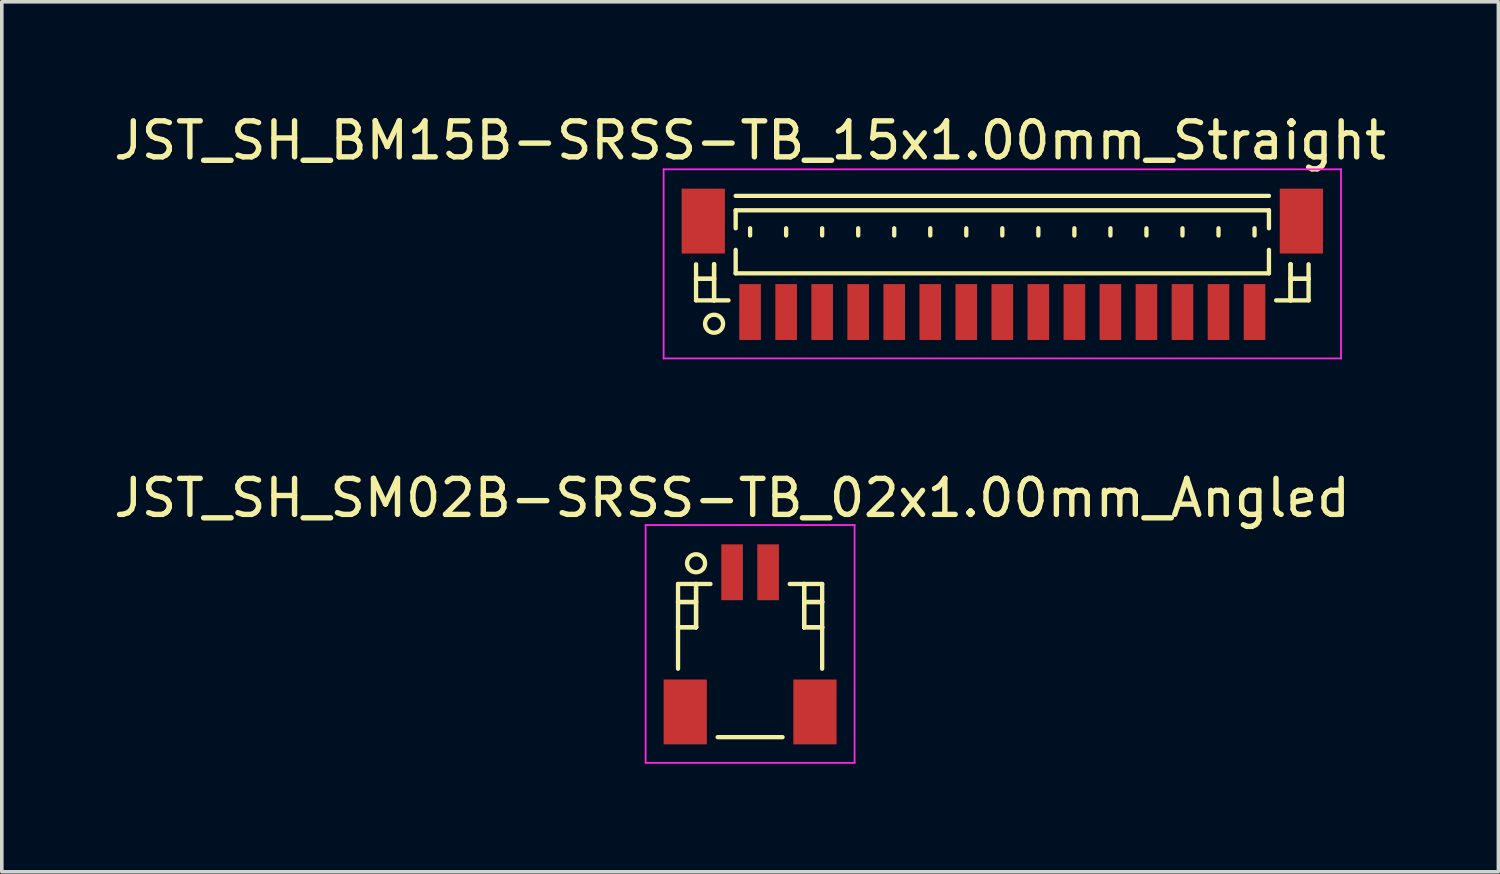
<source format=kicad_pcb>
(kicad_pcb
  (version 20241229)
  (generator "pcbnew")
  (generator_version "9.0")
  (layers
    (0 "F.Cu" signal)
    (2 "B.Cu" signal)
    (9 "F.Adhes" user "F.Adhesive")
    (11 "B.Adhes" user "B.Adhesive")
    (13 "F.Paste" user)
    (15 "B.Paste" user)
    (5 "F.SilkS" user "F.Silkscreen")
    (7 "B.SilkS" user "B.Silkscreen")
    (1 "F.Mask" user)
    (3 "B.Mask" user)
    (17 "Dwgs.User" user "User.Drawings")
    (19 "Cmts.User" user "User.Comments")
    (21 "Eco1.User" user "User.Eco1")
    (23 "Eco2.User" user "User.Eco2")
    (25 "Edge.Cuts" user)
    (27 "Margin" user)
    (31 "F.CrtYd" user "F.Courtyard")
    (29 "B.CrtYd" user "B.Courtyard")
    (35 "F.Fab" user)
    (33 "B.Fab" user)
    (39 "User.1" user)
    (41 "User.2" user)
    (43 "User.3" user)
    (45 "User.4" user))
  (footprint "JST_SH_BM15B-SRSS-TB_15x1.00mm_Straight"
    (layer "F.Cu")
    (at 24.768 4.348)
    (property "Reference" "JST_SH_BM15B-SRSS-TB_15x1.00mm_Straight" (at -7 -3.5 0) (layer "F.SilkS") (effects (font (size 1 1) (thickness 0.15))))
    (attr smd)
    (fp_line (start -8.5 -0.062) (end -8.5 0.938) (stroke (width 0.12) (type solid)) (layer "F.SilkS"))
    (fp_line (start -8.5 0.338) (end -8.5 0.338) (stroke (width 0.12) (type solid)) (layer "F.SilkS"))
    (fp_line (start -8.5 0.338) (end -8 0.338) (stroke (width 0.12) (type solid)) (layer "F.SilkS"))
    (fp_line (start -8.5 0.938) (end -7.6 0.938) (stroke (width 0.12) (type solid)) (layer "F.SilkS"))
    (fp_line (start -8 -0.062) (end -8 -0.062) (stroke (width 0.12) (type solid)) (layer "F.SilkS"))
    (fp_line (start -8 -0.062) (end -8 0.938) (stroke (width 0.12) (type solid)) (layer "F.SilkS"))
    (fp_line (start -8 0.338) (end -8.5 0.338) (stroke (width 0.12) (type solid)) (layer "F.SilkS"))
    (fp_line (start -8 0.338) (end -8 0.338) (stroke (width 0.12) (type solid)) (layer "F.SilkS"))
    (fp_line (start -8 0.938) (end -8 -0.062) (stroke (width 0.12) (type solid)) (layer "F.SilkS"))
    (fp_line (start -8 0.938) (end -8 0.938) (stroke (width 0.12) (type solid)) (layer "F.SilkS"))
    (fp_line (start -7.4 -1.962) (end 7.4 -1.962) (stroke (width 0.12) (type solid)) (layer "F.SilkS"))
    (fp_line (start -7.4 -1.562) (end 7.4 -1.562) (stroke (width 0.12) (type solid)) (layer "F.SilkS"))
    (fp_line (start -7.4 -1.062) (end -7.4 -1.562) (stroke (width 0.12) (type solid)) (layer "F.SilkS"))
    (fp_line (start -7.4 -0.463) (end -7.4 0.188) (stroke (width 0.12) (type solid)) (layer "F.SilkS"))
    (fp_line (start -7.4 0.188) (end 7.4 0.188) (stroke (width 0.12) (type solid)) (layer "F.SilkS"))
    (fp_line (start -7 -1.062) (end -7 -0.863) (stroke (width 0.12) (type solid)) (layer "F.SilkS"))
    (fp_line (start -6 -1.062) (end -6 -0.863) (stroke (width 0.12) (type solid)) (layer "F.SilkS"))
    (fp_line (start -5 -1.062) (end -5 -0.863) (stroke (width 0.12) (type solid)) (layer "F.SilkS"))
    (fp_line (start -4 -1.062) (end -4 -0.863) (stroke (width 0.12) (type solid)) (layer "F.SilkS"))
    (fp_line (start -3 -1.062) (end -3 -0.863) (stroke (width 0.12) (type solid)) (layer "F.SilkS"))
    (fp_line (start -2 -1.062) (end -2 -0.863) (stroke (width 0.12) (type solid)) (layer "F.SilkS"))
    (fp_line (start -1 -1.062) (end -1 -0.863) (stroke (width 0.12) (type solid)) (layer "F.SilkS"))
    (fp_line (start 0 -1.062) (end 0 -0.863) (stroke (width 0.12) (type solid)) (layer "F.SilkS"))
    (fp_line (start 1 -1.062) (end 1 -0.863) (stroke (width 0.12) (type solid)) (layer "F.SilkS"))
    (fp_line (start 2 -1.062) (end 2 -0.863) (stroke (width 0.12) (type solid)) (layer "F.SilkS"))
    (fp_line (start 3 -1.062) (end 3 -0.863) (stroke (width 0.12) (type solid)) (layer "F.SilkS"))
    (fp_line (start 4 -1.062) (end 4 -0.863) (stroke (width 0.12) (type solid)) (layer "F.SilkS"))
    (fp_line (start 5 -1.062) (end 5 -0.863) (stroke (width 0.12) (type solid)) (layer "F.SilkS"))
    (fp_line (start 6 -1.062) (end 6 -0.863) (stroke (width 0.12) (type solid)) (layer "F.SilkS"))
    (fp_line (start 7 -1.062) (end 7 -0.863) (stroke (width 0.12) (type solid)) (layer "F.SilkS"))
    (fp_line (start 7.4 -1.562) (end 7.4 -1.062) (stroke (width 0.12) (type solid)) (layer "F.SilkS"))
    (fp_line (start 7.4 0.188) (end 7.4 -0.463) (stroke (width 0.12) (type solid)) (layer "F.SilkS"))
    (fp_line (start 8 -0.062) (end 8 -0.062) (stroke (width 0.12) (type solid)) (layer "F.SilkS"))
    (fp_line (start 8 -0.062) (end 8 0.938) (stroke (width 0.12) (type solid)) (layer "F.SilkS"))
    (fp_line (start 8 0.338) (end 8 0.338) (stroke (width 0.12) (type solid)) (layer "F.SilkS"))
    (fp_line (start 8 0.338) (end 8.5 0.338) (stroke (width 0.12) (type solid)) (layer "F.SilkS"))
    (fp_line (start 8 0.938) (end 8 -0.062) (stroke (width 0.12) (type solid)) (layer "F.SilkS"))
    (fp_line (start 8 0.938) (end 8 0.938) (stroke (width 0.12) (type solid)) (layer "F.SilkS"))
    (fp_line (start 8.5 -0.062) (end 8.5 0.938) (stroke (width 0.12) (type solid)) (layer "F.SilkS"))
    (fp_line (start 8.5 0.338) (end 8 0.338) (stroke (width 0.12) (type solid)) (layer "F.SilkS"))
    (fp_line (start 8.5 0.338) (end 8.5 0.338) (stroke (width 0.12) (type solid)) (layer "F.SilkS"))
    (fp_line (start 8.5 0.938) (end 7.6 0.938) (stroke (width 0.12) (type solid)) (layer "F.SilkS"))
    (fp_circle (center -8 1.587) (end -7.75 1.587) (stroke (width 0.12) (type solid)) (fill no) (layer "F.SilkS"))
    (fp_line (start -9.4 -2.7) (end 9.4 -2.7) (stroke (width 0.05) (type solid)) (layer "F.CrtYd"))
    (fp_line (start -9.4 2.55) (end -9.4 -2.7) (stroke (width 0.05) (type solid)) (layer "F.CrtYd"))
    (fp_line (start 9.4 -2.7) (end 9.4 2.55) (stroke (width 0.05) (type solid)) (layer "F.CrtYd"))
    (fp_line (start 9.4 2.55) (end -9.4 2.55) (stroke (width 0.05) (type solid)) (layer "F.CrtYd"))
    (pad "" smd rect (at -8.3 -1.262) (size 1.2 1.8) (layers "F.Cu" "F.Mask" "F.Paste"))
    (pad "" smd rect (at 8.3 -1.262) (size 1.2 1.8) (layers "F.Cu" "F.Mask" "F.Paste"))
    (pad "1" smd rect (at -7 1.262) (size 0.6 1.55) (layers "F.Cu" "F.Mask" "F.Paste"))
    (pad "2" smd rect (at -6 1.262) (size 0.6 1.55) (layers "F.Cu" "F.Mask" "F.Paste"))
    (pad "3" smd rect (at -5 1.262) (size 0.6 1.55) (layers "F.Cu" "F.Mask" "F.Paste"))
    (pad "4" smd rect (at -4 1.262) (size 0.6 1.55) (layers "F.Cu" "F.Mask" "F.Paste"))
    (pad "5" smd rect (at -3 1.262) (size 0.6 1.55) (layers "F.Cu" "F.Mask" "F.Paste"))
    (pad "6" smd rect (at -2 1.262) (size 0.6 1.55) (layers "F.Cu" "F.Mask" "F.Paste"))
    (pad "7" smd rect (at -1 1.262) (size 0.6 1.55) (layers "F.Cu" "F.Mask" "F.Paste"))
    (pad "8" smd rect (at 0 1.262) (size 0.6 1.55) (layers "F.Cu" "F.Mask" "F.Paste"))
    (pad "9" smd rect (at 1 1.262) (size 0.6 1.55) (layers "F.Cu" "F.Mask" "F.Paste"))
    (pad "10" smd rect (at 2 1.262) (size 0.6 1.55) (layers "F.Cu" "F.Mask" "F.Paste"))
    (pad "11" smd rect (at 3 1.262) (size 0.6 1.55) (layers "F.Cu" "F.Mask" "F.Paste"))
    (pad "12" smd rect (at 4 1.262) (size 0.6 1.55) (layers "F.Cu" "F.Mask" "F.Paste"))
    (pad "13" smd rect (at 5 1.262) (size 0.6 1.55) (layers "F.Cu" "F.Mask" "F.Paste"))
    (pad "14" smd rect (at 6 1.262) (size 0.6 1.55) (layers "F.Cu" "F.Mask" "F.Paste"))
    (pad "15" smd rect (at 7 1.262) (size 0.6 1.55) (layers "F.Cu" "F.Mask" "F.Paste")))
  (footprint "JST_SH_SM02B-SRSS-TB_02x1.00mm_Angled"
    (layer "F.Cu")
    (at 17.768 14.771)
    (property "Reference" "JST_SH_SM02B-SRSS-TB_02x1.00mm_Angled" (at -0.5 -4 0) (layer "F.SilkS") (effects (font (size 1 1) (thickness 0.15))))
    (attr smd)
    (fp_line (start -2 -1.613) (end -1.1 -1.613) (stroke (width 0.12) (type solid)) (layer "F.SilkS"))
    (fp_line (start -2 -1.113) (end -2 -1.113) (stroke (width 0.12) (type solid)) (layer "F.SilkS"))
    (fp_line (start -2 -1.113) (end -1.5 -1.113) (stroke (width 0.12) (type solid)) (layer "F.SilkS"))
    (fp_line (start -2 -0.412) (end -2 -0.412) (stroke (width 0.12) (type solid)) (layer "F.SilkS"))
    (fp_line (start -2 -0.412) (end -1.5 -0.412) (stroke (width 0.12) (type solid)) (layer "F.SilkS"))
    (fp_line (start -2 0.738) (end -2 -1.613) (stroke (width 0.12) (type solid)) (layer "F.SilkS"))
    (fp_line (start -1.5 -1.613) (end -1.5 -1.613) (stroke (width 0.12) (type solid)) (layer "F.SilkS"))
    (fp_line (start -1.5 -1.613) (end -1.5 -0.412) (stroke (width 0.12) (type solid)) (layer "F.SilkS"))
    (fp_line (start -1.5 -1.113) (end -2 -1.113) (stroke (width 0.12) (type solid)) (layer "F.SilkS"))
    (fp_line (start -1.5 -1.113) (end -1.5 -1.113) (stroke (width 0.12) (type solid)) (layer "F.SilkS"))
    (fp_line (start -1.5 -0.412) (end -2 -0.412) (stroke (width 0.12) (type solid)) (layer "F.SilkS"))
    (fp_line (start -1.5 -0.412) (end -1.5 -1.613) (stroke (width 0.12) (type solid)) (layer "F.SilkS"))
    (fp_line (start -1.5 -0.412) (end -1.5 -0.412) (stroke (width 0.12) (type solid)) (layer "F.SilkS"))
    (fp_line (start -1.5 -0.412) (end -1.5 -0.412) (stroke (width 0.12) (type solid)) (layer "F.SilkS"))
    (fp_line (start -0.9 2.638) (end 0.9 2.638) (stroke (width 0.12) (type solid)) (layer "F.SilkS"))
    (fp_line (start 1.5 -1.613) (end 1.5 -1.613) (stroke (width 0.12) (type solid)) (layer "F.SilkS"))
    (fp_line (start 1.5 -1.613) (end 1.5 -0.412) (stroke (width 0.12) (type solid)) (layer "F.SilkS"))
    (fp_line (start 1.5 -1.113) (end 1.5 -1.113) (stroke (width 0.12) (type solid)) (layer "F.SilkS"))
    (fp_line (start 1.5 -1.113) (end 2 -1.113) (stroke (width 0.12) (type solid)) (layer "F.SilkS"))
    (fp_line (start 1.5 -0.412) (end 1.5 -1.613) (stroke (width 0.12) (type solid)) (layer "F.SilkS"))
    (fp_line (start 1.5 -0.412) (end 1.5 -0.412) (stroke (width 0.12) (type solid)) (layer "F.SilkS"))
    (fp_line (start 1.5 -0.412) (end 1.5 -0.412) (stroke (width 0.12) (type solid)) (layer "F.SilkS"))
    (fp_line (start 1.5 -0.412) (end 2 -0.412) (stroke (width 0.12) (type solid)) (layer "F.SilkS"))
    (fp_line (start 2 -1.613) (end 1.1 -1.613) (stroke (width 0.12) (type solid)) (layer "F.SilkS"))
    (fp_line (start 2 -1.113) (end 1.5 -1.113) (stroke (width 0.12) (type solid)) (layer "F.SilkS"))
    (fp_line (start 2 -1.113) (end 2 -1.113) (stroke (width 0.12) (type solid)) (layer "F.SilkS"))
    (fp_line (start 2 -0.412) (end 1.5 -0.412) (stroke (width 0.12) (type solid)) (layer "F.SilkS"))
    (fp_line (start 2 -0.412) (end 2 -0.412) (stroke (width 0.12) (type solid)) (layer "F.SilkS"))
    (fp_line (start 2 0.738) (end 2 -1.613) (stroke (width 0.12) (type solid)) (layer "F.SilkS"))
    (fp_circle (center -1.5 -2.188) (end -1.25 -2.188) (stroke (width 0.12) (type solid)) (fill no) (layer "F.SilkS"))
    (fp_line (start -2.9 -3.25) (end 2.9 -3.25) (stroke (width 0.05) (type solid)) (layer "F.CrtYd"))
    (fp_line (start -2.9 3.35) (end -2.9 -3.25) (stroke (width 0.05) (type solid)) (layer "F.CrtYd"))
    (fp_line (start 2.9 -3.25) (end 2.9 3.35) (stroke (width 0.05) (type solid)) (layer "F.CrtYd"))
    (fp_line (start 2.9 3.35) (end -2.9 3.35) (stroke (width 0.05) (type solid)) (layer "F.CrtYd"))
    (pad "" smd rect (at -1.8 1.938) (size 1.2 1.8) (layers "F.Cu" "F.Mask" "F.Paste"))
    (pad "" smd rect (at 1.8 1.938) (size 1.2 1.8) (layers "F.Cu" "F.Mask" "F.Paste"))
    (pad "1" smd rect (at -0.5 -1.938) (size 0.6 1.55) (layers "F.Cu" "F.Mask" "F.Paste"))
    (pad "2" smd rect (at 0.5 -1.938) (size 0.6 1.55) (layers "F.Cu" "F.Mask" "F.Paste")))
  (gr_rect
    (start -3 -3)
    (end 38.536 21.146)
    (stroke (width 0.1) (type default))
    (fill no)
    (layer "Edge.Cuts")))
</source>
